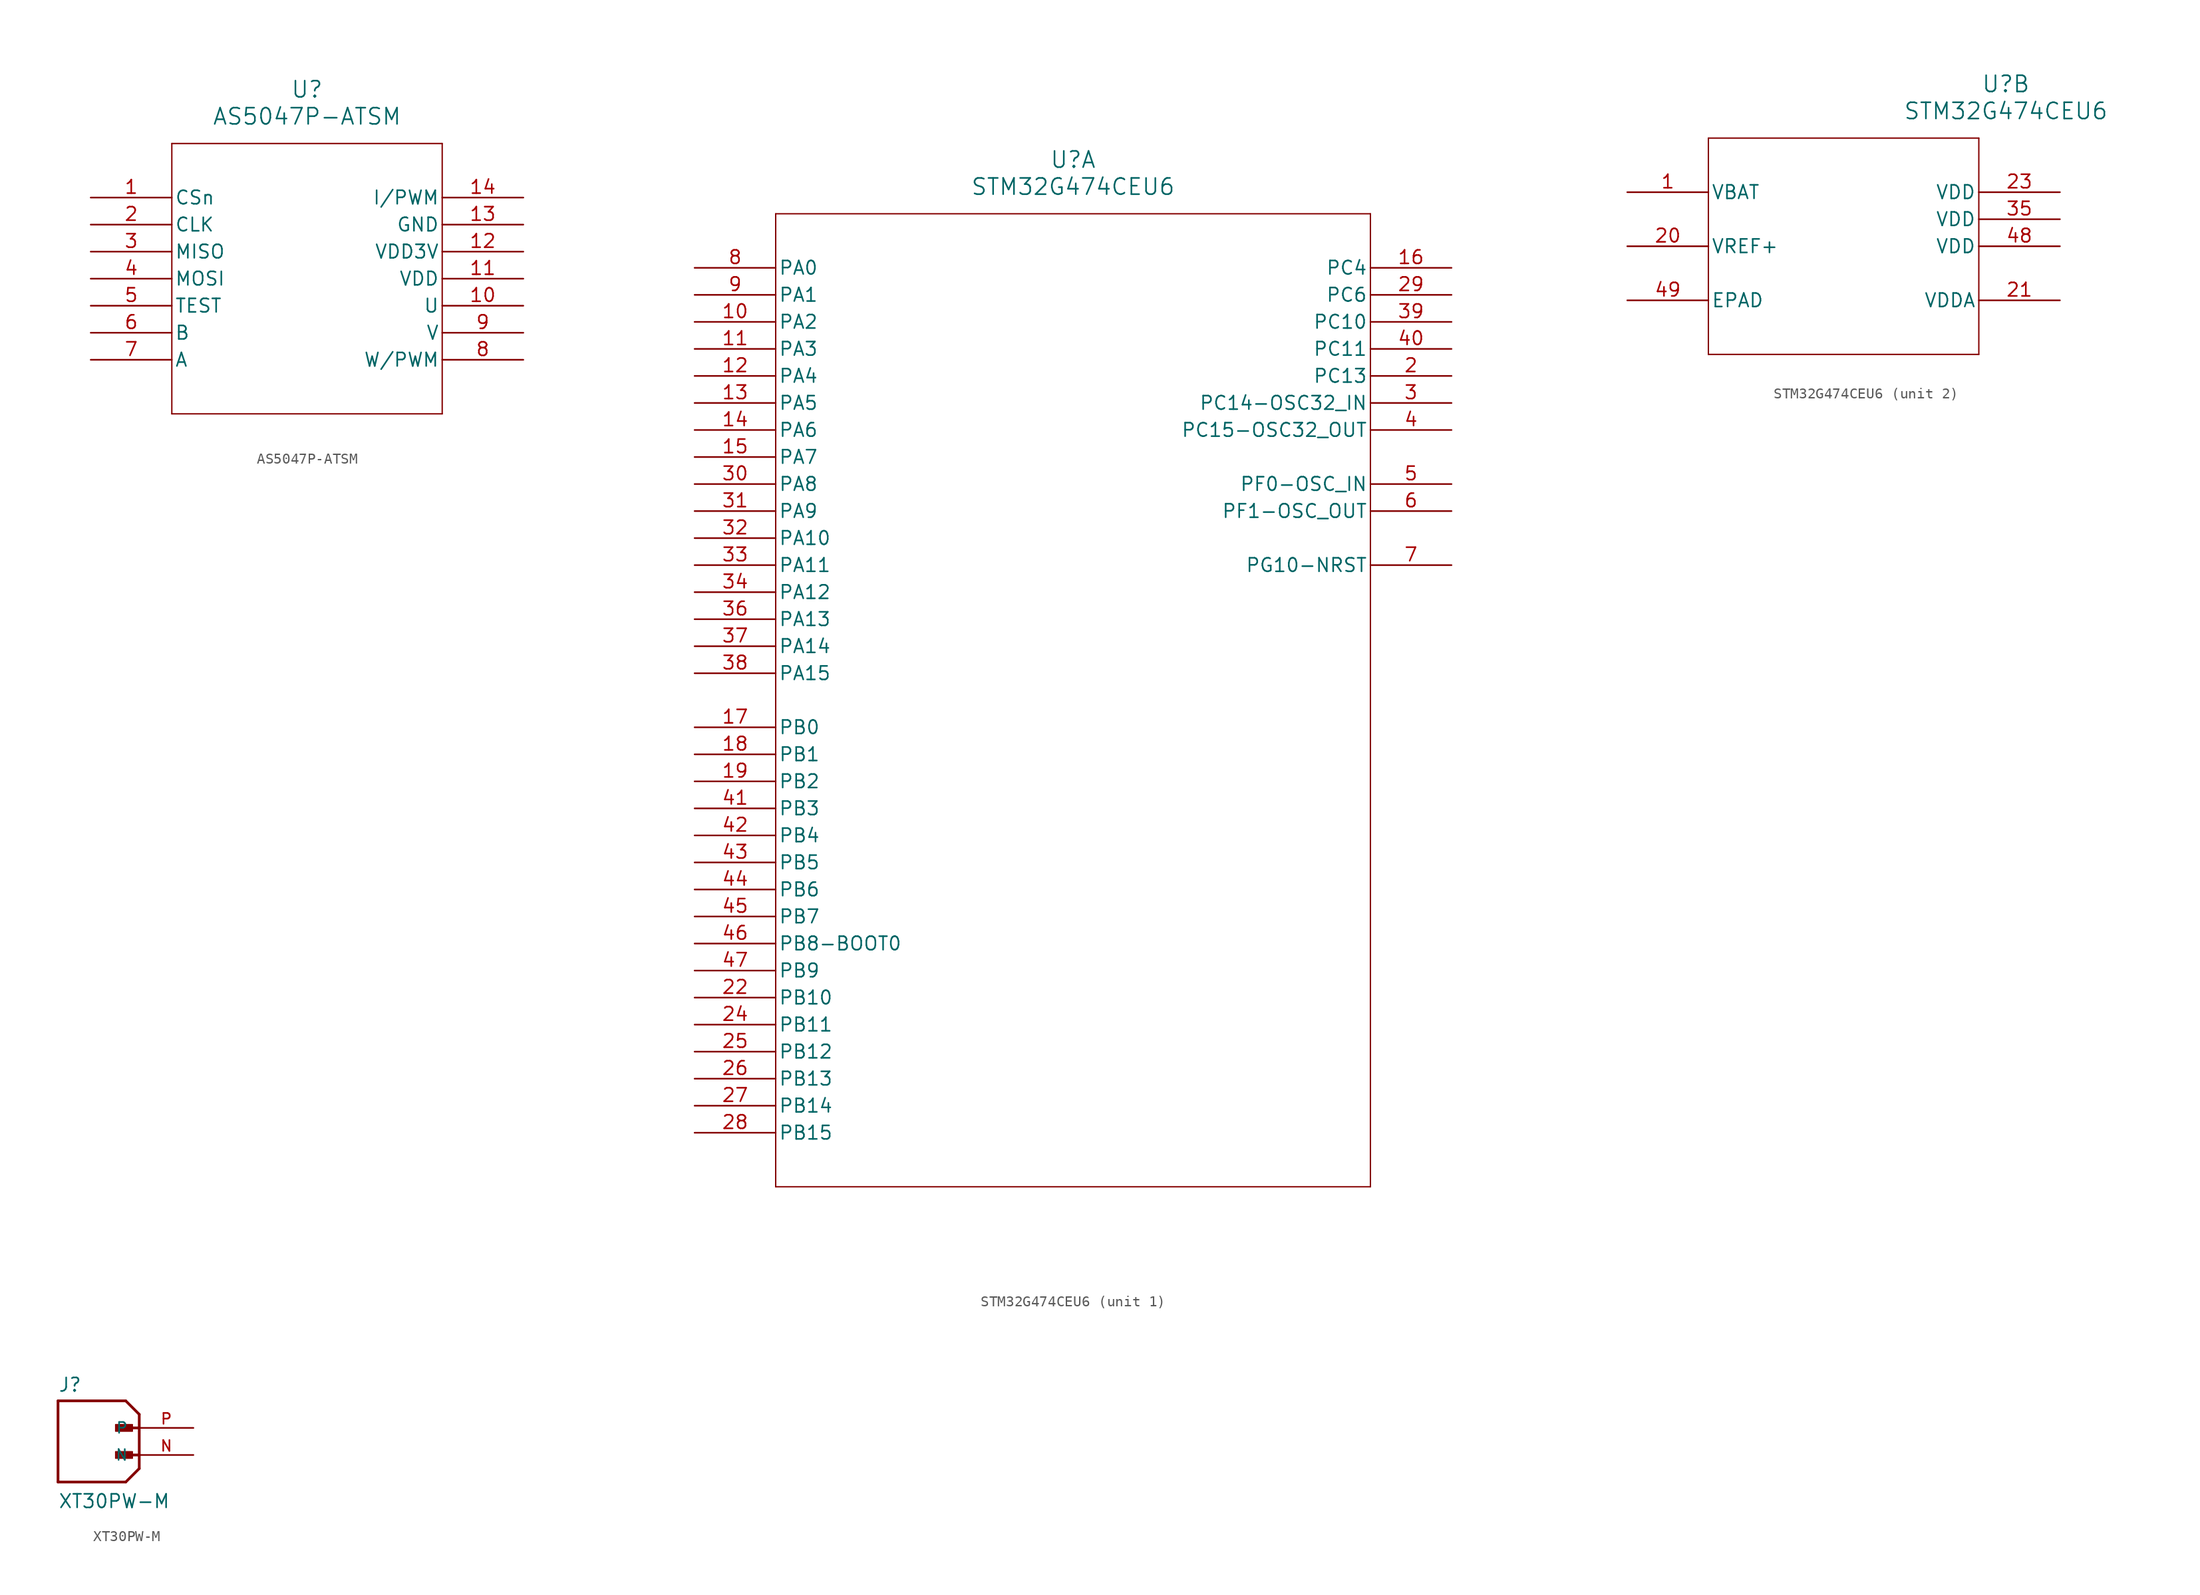
<source format=kicad_sym>
(kicad_symbol_lib
  (version 20220914)
  (generator kicad_symbol_editor)
  (symbol "AS5047P-ATSM"
    (pin_names
      (offset 0.254))
    (property "Reference" "U"
      (at 20.32 10.16 0)
      (effects (font (size 1.524 1.524))))
    (property "Value" "AS5047P-ATSM"
      (at 20.32 7.62 0)
      (effects (font (size 1.524 1.524))))
    (property "ki_locked" ""
      (at 0 0 0)
      (effects (font (size 1.27 1.27))))
    (symbol "AS5047P-ATSM_0_1"
      (polyline (pts (xy 7.62 -20.32) (xy 33.02 -20.32)) (stroke (width 0.127) (type default)) (fill (type none)))
      (polyline (pts (xy 7.62 5.08) (xy 7.62 -20.32)) (stroke (width 0.127) (type default)) (fill (type none)))
      (polyline (pts (xy 33.02 -20.32) (xy 33.02 5.08)) (stroke (width 0.127) (type default)) (fill (type none)))
      (polyline (pts (xy 33.02 5.08) (xy 7.62 5.08)) (stroke (width 0.127) (type default)) (fill (type none)))
      (pin input line (at 0 0 0) (length 7.62) (name "CSn" (effects (font (size 1.27 1.27)))) (number "1" (effects (font (size 1.27 1.27)))))
      (pin output line (at 40.64 -10.16 180) (length 7.62) (name "U" (effects (font (size 1.27 1.27)))) (number "10" (effects (font (size 1.27 1.27)))))
      (pin power_in line (at 40.64 -7.62 180) (length 7.62) (name "VDD" (effects (font (size 1.27 1.27)))) (number "11" (effects (font (size 1.27 1.27)))))
      (pin power_in line (at 40.64 -5.08 180) (length 7.62) (name "VDD3V" (effects (font (size 1.27 1.27)))) (number "12" (effects (font (size 1.27 1.27)))))
      (pin power_out line (at 40.64 -2.54 180) (length 7.62) (name "GND" (effects (font (size 1.27 1.27)))) (number "13" (effects (font (size 1.27 1.27)))))
      (pin output line (at 40.64 0 180) (length 7.62) (name "I/PWM" (effects (font (size 1.27 1.27)))) (number "14" (effects (font (size 1.27 1.27)))))
      (pin input line (at 0 -2.54 0) (length 7.62) (name "CLK" (effects (font (size 1.27 1.27)))) (number "2" (effects (font (size 1.27 1.27)))))
      (pin output line (at 0 -5.08 0) (length 7.62) (name "MISO" (effects (font (size 1.27 1.27)))) (number "3" (effects (font (size 1.27 1.27)))))
      (pin input line (at 0 -7.62 0) (length 7.62) (name "MOSI" (effects (font (size 1.27 1.27)))) (number "4" (effects (font (size 1.27 1.27)))))
      (pin power_out line (at 0 -10.16 0) (length 7.62) (name "TEST" (effects (font (size 1.27 1.27)))) (number "5" (effects (font (size 1.27 1.27)))))
      (pin output line (at 0 -12.7 0) (length 7.62) (name "B" (effects (font (size 1.27 1.27)))) (number "6" (effects (font (size 1.27 1.27)))))
      (pin output line (at 0 -15.24 0) (length 7.62) (name "A" (effects (font (size 1.27 1.27)))) (number "7" (effects (font (size 1.27 1.27)))))
      (pin output line (at 40.64 -15.24 180) (length 7.62) (name "W/PWM" (effects (font (size 1.27 1.27)))) (number "8" (effects (font (size 1.27 1.27)))))
      (pin output line (at 40.64 -12.7 180) (length 7.62) (name "V" (effects (font (size 1.27 1.27)))) (number "9" (effects (font (size 1.27 1.27)))))))
  (symbol "STM32G474CEU6"
    (pin_names
      (offset 0.254))
    (property "Reference" "U"
      (at 35.56 10.16 0)
      (effects (font (size 1.524 1.524))))
    (property "Value" "STM32G474CEU6"
      (at 35.56 7.62 0)
      (effects (font (size 1.524 1.524))))
    (property "ki_locked" ""
      (at 0 0 0)
      (effects (font (size 1.27 1.27))))
    (symbol "STM32G474CEU6_1_1"
      (polyline (pts (xy 7.62 -86.36) (xy 63.5 -86.36)) (stroke (width 0.127) (type default)) (fill (type none)))
      (polyline (pts (xy 7.62 5.08) (xy 7.62 -86.36)) (stroke (width 0.127) (type default)) (fill (type none)))
      (polyline (pts (xy 63.5 -86.36) (xy 63.5 5.08)) (stroke (width 0.127) (type default)) (fill (type none)))
      (polyline (pts (xy 63.5 5.08) (xy 7.62 5.08)) (stroke (width 0.127) (type default)) (fill (type none)))
      (pin bidirectional line (at 0 -5.08 0) (length 7.62) (name "PA2" (effects (font (size 1.27 1.27)))) (number "10" (effects (font (size 1.27 1.27)))))
      (pin bidirectional line (at 0 -7.62 0) (length 7.62) (name "PA3" (effects (font (size 1.27 1.27)))) (number "11" (effects (font (size 1.27 1.27)))))
      (pin bidirectional line (at 0 -10.16 0) (length 7.62) (name "PA4" (effects (font (size 1.27 1.27)))) (number "12" (effects (font (size 1.27 1.27)))))
      (pin bidirectional line (at 0 -12.7 0) (length 7.62) (name "PA5" (effects (font (size 1.27 1.27)))) (number "13" (effects (font (size 1.27 1.27)))))
      (pin bidirectional line (at 0 -15.24 0) (length 7.62) (name "PA6" (effects (font (size 1.27 1.27)))) (number "14" (effects (font (size 1.27 1.27)))))
      (pin bidirectional line (at 0 -17.78 0) (length 7.62) (name "PA7" (effects (font (size 1.27 1.27)))) (number "15" (effects (font (size 1.27 1.27)))))
      (pin bidirectional line (at 71.12 0 180) (length 7.62) (name "PC4" (effects (font (size 1.27 1.27)))) (number "16" (effects (font (size 1.27 1.27)))))
      (pin bidirectional line (at 0 -43.18 0) (length 7.62) (name "PB0" (effects (font (size 1.27 1.27)))) (number "17" (effects (font (size 1.27 1.27)))))
      (pin bidirectional line (at 0 -45.72 0) (length 7.62) (name "PB1" (effects (font (size 1.27 1.27)))) (number "18" (effects (font (size 1.27 1.27)))))
      (pin bidirectional line (at 0 -48.26 0) (length 7.62) (name "PB2" (effects (font (size 1.27 1.27)))) (number "19" (effects (font (size 1.27 1.27)))))
      (pin bidirectional line (at 71.12 -10.16 180) (length 7.62) (name "PC13" (effects (font (size 1.27 1.27)))) (number "2" (effects (font (size 1.27 1.27)))))
      (pin bidirectional line (at 0 -68.58 0) (length 7.62) (name "PB10" (effects (font (size 1.27 1.27)))) (number "22" (effects (font (size 1.27 1.27)))))
      (pin bidirectional line (at 0 -71.12 0) (length 7.62) (name "PB11" (effects (font (size 1.27 1.27)))) (number "24" (effects (font (size 1.27 1.27)))))
      (pin bidirectional line (at 0 -73.66 0) (length 7.62) (name "PB12" (effects (font (size 1.27 1.27)))) (number "25" (effects (font (size 1.27 1.27)))))
      (pin bidirectional line (at 0 -76.2 0) (length 7.62) (name "PB13" (effects (font (size 1.27 1.27)))) (number "26" (effects (font (size 1.27 1.27)))))
      (pin bidirectional line (at 0 -78.74 0) (length 7.62) (name "PB14" (effects (font (size 1.27 1.27)))) (number "27" (effects (font (size 1.27 1.27)))))
      (pin bidirectional line (at 0 -81.28 0) (length 7.62) (name "PB15" (effects (font (size 1.27 1.27)))) (number "28" (effects (font (size 1.27 1.27)))))
      (pin bidirectional line (at 71.12 -2.54 180) (length 7.62) (name "PC6" (effects (font (size 1.27 1.27)))) (number "29" (effects (font (size 1.27 1.27)))))
      (pin bidirectional line (at 71.12 -12.7 180) (length 7.62) (name "PC14-OSC32_IN" (effects (font (size 1.27 1.27)))) (number "3" (effects (font (size 1.27 1.27)))))
      (pin bidirectional line (at 0 -20.32 0) (length 7.62) (name "PA8" (effects (font (size 1.27 1.27)))) (number "30" (effects (font (size 1.27 1.27)))))
      (pin bidirectional line (at 0 -22.86 0) (length 7.62) (name "PA9" (effects (font (size 1.27 1.27)))) (number "31" (effects (font (size 1.27 1.27)))))
      (pin bidirectional line (at 0 -25.4 0) (length 7.62) (name "PA10" (effects (font (size 1.27 1.27)))) (number "32" (effects (font (size 1.27 1.27)))))
      (pin bidirectional line (at 0 -27.94 0) (length 7.62) (name "PA11" (effects (font (size 1.27 1.27)))) (number "33" (effects (font (size 1.27 1.27)))))
      (pin bidirectional line (at 0 -30.48 0) (length 7.62) (name "PA12" (effects (font (size 1.27 1.27)))) (number "34" (effects (font (size 1.27 1.27)))))
      (pin bidirectional line (at 0 -33.02 0) (length 7.62) (name "PA13" (effects (font (size 1.27 1.27)))) (number "36" (effects (font (size 1.27 1.27)))))
      (pin bidirectional line (at 0 -35.56 0) (length 7.62) (name "PA14" (effects (font (size 1.27 1.27)))) (number "37" (effects (font (size 1.27 1.27)))))
      (pin bidirectional line (at 0 -38.1 0) (length 7.62) (name "PA15" (effects (font (size 1.27 1.27)))) (number "38" (effects (font (size 1.27 1.27)))))
      (pin bidirectional line (at 71.12 -5.08 180) (length 7.62) (name "PC10" (effects (font (size 1.27 1.27)))) (number "39" (effects (font (size 1.27 1.27)))))
      (pin bidirectional line (at 71.12 -15.24 180) (length 7.62) (name "PC15-OSC32_OUT" (effects (font (size 1.27 1.27)))) (number "4" (effects (font (size 1.27 1.27)))))
      (pin bidirectional line (at 71.12 -7.62 180) (length 7.62) (name "PC11" (effects (font (size 1.27 1.27)))) (number "40" (effects (font (size 1.27 1.27)))))
      (pin bidirectional line (at 0 -50.8 0) (length 7.62) (name "PB3" (effects (font (size 1.27 1.27)))) (number "41" (effects (font (size 1.27 1.27)))))
      (pin bidirectional line (at 0 -53.34 0) (length 7.62) (name "PB4" (effects (font (size 1.27 1.27)))) (number "42" (effects (font (size 1.27 1.27)))))
      (pin bidirectional line (at 0 -55.88 0) (length 7.62) (name "PB5" (effects (font (size 1.27 1.27)))) (number "43" (effects (font (size 1.27 1.27)))))
      (pin bidirectional line (at 0 -58.42 0) (length 7.62) (name "PB6" (effects (font (size 1.27 1.27)))) (number "44" (effects (font (size 1.27 1.27)))))
      (pin bidirectional line (at 0 -60.96 0) (length 7.62) (name "PB7" (effects (font (size 1.27 1.27)))) (number "45" (effects (font (size 1.27 1.27)))))
      (pin bidirectional line (at 0 -63.5 0) (length 7.62) (name "PB8-BOOT0" (effects (font (size 1.27 1.27)))) (number "46" (effects (font (size 1.27 1.27)))))
      (pin bidirectional line (at 0 -66.04 0) (length 7.62) (name "PB9" (effects (font (size 1.27 1.27)))) (number "47" (effects (font (size 1.27 1.27)))))
      (pin bidirectional line (at 71.12 -20.32 180) (length 7.62) (name "PF0-OSC_IN" (effects (font (size 1.27 1.27)))) (number "5" (effects (font (size 1.27 1.27)))))
      (pin bidirectional line (at 71.12 -22.86 180) (length 7.62) (name "PF1-OSC_OUT" (effects (font (size 1.27 1.27)))) (number "6" (effects (font (size 1.27 1.27)))))
      (pin bidirectional line (at 71.12 -27.94 180) (length 7.62) (name "PG10-NRST" (effects (font (size 1.27 1.27)))) (number "7" (effects (font (size 1.27 1.27)))))
      (pin bidirectional line (at 0 0 0) (length 7.62) (name "PA0" (effects (font (size 1.27 1.27)))) (number "8" (effects (font (size 1.27 1.27)))))
      (pin bidirectional line (at 0 -2.54 0) (length 7.62) (name "PA1" (effects (font (size 1.27 1.27)))) (number "9" (effects (font (size 1.27 1.27))))))
    (symbol "STM32G474CEU6_2_1"
      (polyline (pts (xy 7.62 -15.24) (xy 33.02 -15.24)) (stroke (width 0.127) (type default)) (fill (type none)))
      (polyline (pts (xy 7.62 5.08) (xy 7.62 -15.24)) (stroke (width 0.127) (type default)) (fill (type none)))
      (polyline (pts (xy 33.02 -15.24) (xy 33.02 5.08)) (stroke (width 0.127) (type default)) (fill (type none)))
      (polyline (pts (xy 33.02 5.08) (xy 7.62 5.08)) (stroke (width 0.127) (type default)) (fill (type none)))
      (pin power_in line (at 0 0 0) (length 7.62) (name "VBAT" (effects (font (size 1.27 1.27)))) (number "1" (effects (font (size 1.27 1.27)))))
      (pin power_in line (at 0 -5.08 0) (length 7.62) (name "VREF+" (effects (font (size 1.27 1.27)))) (number "20" (effects (font (size 1.27 1.27)))))
      (pin power_in line (at 40.64 -10.16 180) (length 7.62) (name "VDDA" (effects (font (size 1.27 1.27)))) (number "21" (effects (font (size 1.27 1.27)))))
      (pin power_in line (at 40.64 0 180) (length 7.62) (name "VDD" (effects (font (size 1.27 1.27)))) (number "23" (effects (font (size 1.27 1.27)))))
      (pin power_in line (at 40.64 -2.54 180) (length 7.62) (name "VDD" (effects (font (size 1.27 1.27)))) (number "35" (effects (font (size 1.27 1.27)))))
      (pin power_in line (at 40.64 -5.08 180) (length 7.62) (name "VDD" (effects (font (size 1.27 1.27)))) (number "48" (effects (font (size 1.27 1.27)))))
      (pin unspecified line (at 0 -10.16 0) (length 7.62) (name "EPAD" (effects (font (size 1.27 1.27)))) (number "49" (effects (font (size 1.27 1.27)))))))
  (symbol "XT30PW-M"
    (pin_names
      (offset 1.016))
    (property "Reference" "J"
      (at -7.62 3.302 0)
      (effects (font (size 1.27 1.27)) (justify left bottom)))
    (property "Value" "XT30PW-M"
      (at -7.62 -7.62 0)
      (effects (font (size 1.27 1.27)) (justify left bottom)))
    (symbol "XT30PW-M_0_0"
      (rectangle (start -2.223 -2.857) (end -0.635 -2.223) (stroke (width 0.1) (type default)) (fill (type outline)))
      (rectangle (start -2.223 -0.318) (end -0.635 0.318) (stroke (width 0.1) (type default)) (fill (type outline)))
      (polyline (pts (xy -7.62 -5.08) (xy -7.62 2.54)) (stroke (width 0.254) (type default)) (fill (type none)))
      (polyline (pts (xy -7.62 2.54) (xy -1.27 2.54)) (stroke (width 0.254) (type default)) (fill (type none)))
      (polyline (pts (xy -1.27 -5.08) (xy -7.62 -5.08)) (stroke (width 0.254) (type default)) (fill (type none)))
      (polyline (pts (xy 0 -3.81) (xy -1.27 -5.08)) (stroke (width 0.254) (type default)) (fill (type none)))
      (polyline (pts (xy 0 -2.54) (xy -1.905 -2.54)) (stroke (width 0.254) (type default)) (fill (type none)))
      (polyline (pts (xy 0 0) (xy -1.905 0)) (stroke (width 0.254) (type default)) (fill (type none)))
      (polyline (pts (xy 0 0) (xy 0 -3.81)) (stroke (width 0.254) (type default)) (fill (type none)))
      (polyline (pts (xy 0 1.27) (xy -1.27 2.54)) (stroke (width 0.254) (type default)) (fill (type none)))
      (polyline (pts (xy 0 1.27) (xy 0 0)) (stroke (width 0.254) (type default)) (fill (type none)))
      (pin power_in line (at 5.08 -2.54 180) (length 5.08) (name "N" (effects (font (size 1.016 1.016)))) (number "N" (effects (font (size 1.016 1.016)))))
      (pin power_in line (at 5.08 0 180) (length 5.08) (name "P" (effects (font (size 1.016 1.016)))) (number "P" (effects (font (size 1.016 1.016))))))))
</source>
